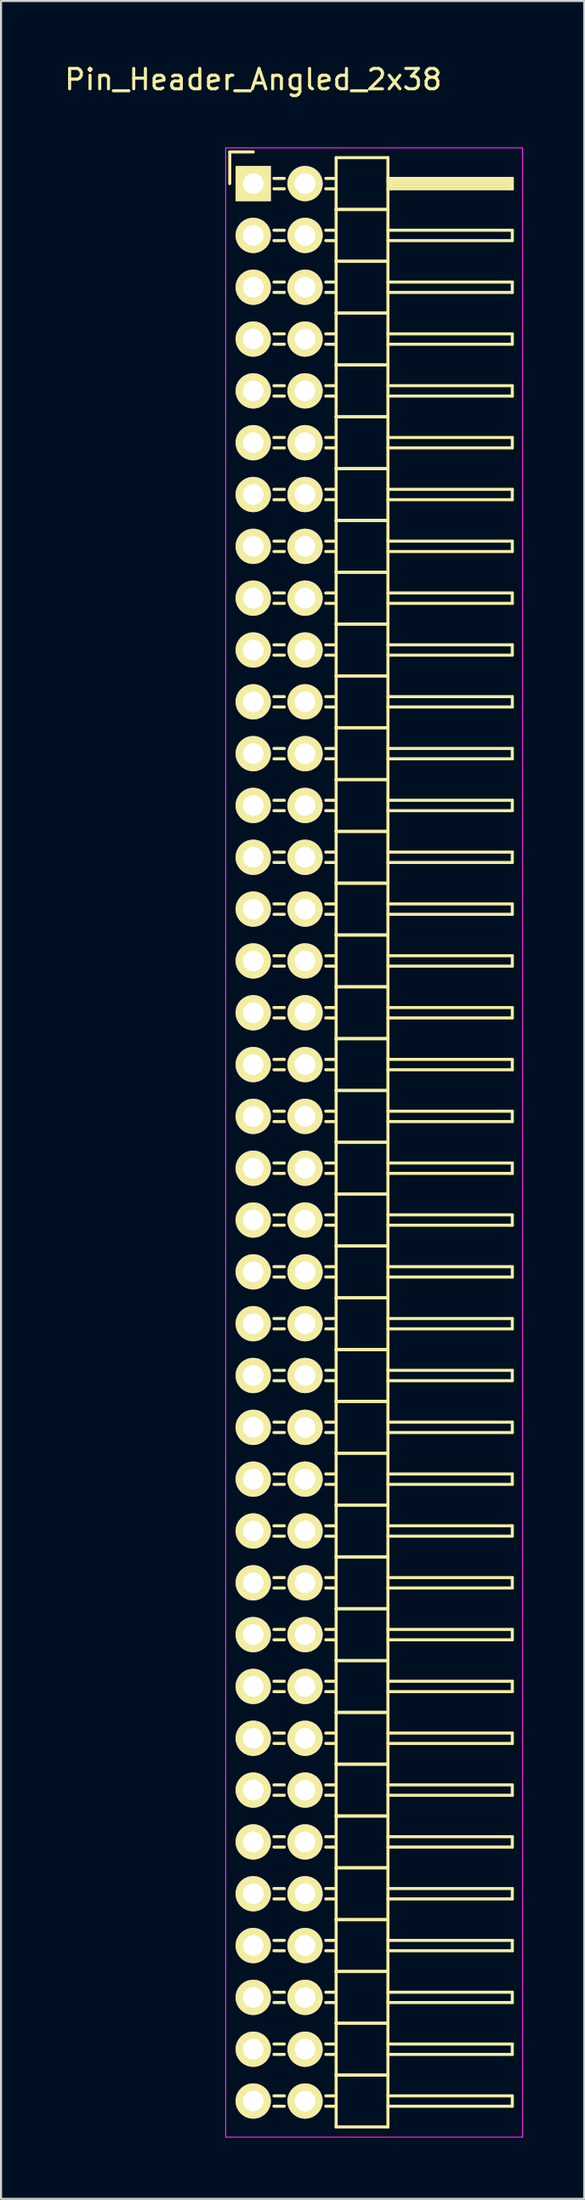
<source format=kicad_pcb>
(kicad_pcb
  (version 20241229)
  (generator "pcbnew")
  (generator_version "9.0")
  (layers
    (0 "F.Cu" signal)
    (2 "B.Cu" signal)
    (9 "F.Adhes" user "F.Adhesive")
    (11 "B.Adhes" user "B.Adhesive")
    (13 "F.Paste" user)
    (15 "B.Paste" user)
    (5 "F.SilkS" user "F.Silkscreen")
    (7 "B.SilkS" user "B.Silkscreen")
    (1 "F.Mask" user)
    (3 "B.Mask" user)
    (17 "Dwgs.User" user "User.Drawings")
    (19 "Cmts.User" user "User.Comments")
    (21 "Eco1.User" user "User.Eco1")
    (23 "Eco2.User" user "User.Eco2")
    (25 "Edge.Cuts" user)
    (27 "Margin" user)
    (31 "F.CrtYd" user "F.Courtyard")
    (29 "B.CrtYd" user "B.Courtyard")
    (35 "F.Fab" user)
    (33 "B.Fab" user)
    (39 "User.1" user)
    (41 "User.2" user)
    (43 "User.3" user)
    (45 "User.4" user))
  (footprint "Pin_Header_Angled_2x38"
    (layer "F.Cu")
    (at 9.363 5.948)
    (property "Reference" "Pin_Header_Angled_2x38" (at 0 -5.1 0) (layer "F.SilkS") (effects (font (size 1 1) (thickness 0.15))))
    (attr through_hole)
    (fp_line (start -1.15 -1.55) (end -1.15 0) (stroke (width 0.15) (type solid)) (layer "F.SilkS"))
    (fp_line (start 0 -1.55) (end -1.15 -1.55) (stroke (width 0.15) (type solid)) (layer "F.SilkS"))
    (fp_line (start 1.524 -0.254) (end 1.016 -0.254) (stroke (width 0.15) (type solid)) (layer "F.SilkS"))
    (fp_line (start 1.524 0.254) (end 1.016 0.254) (stroke (width 0.15) (type solid)) (layer "F.SilkS"))
    (fp_line (start 1.524 2.286) (end 1.016 2.286) (stroke (width 0.15) (type solid)) (layer "F.SilkS"))
    (fp_line (start 1.524 2.794) (end 1.016 2.794) (stroke (width 0.15) (type solid)) (layer "F.SilkS"))
    (fp_line (start 1.524 4.826) (end 1.016 4.826) (stroke (width 0.15) (type solid)) (layer "F.SilkS"))
    (fp_line (start 1.524 5.334) (end 1.016 5.334) (stroke (width 0.15) (type solid)) (layer "F.SilkS"))
    (fp_line (start 1.524 7.366) (end 1.016 7.366) (stroke (width 0.15) (type solid)) (layer "F.SilkS"))
    (fp_line (start 1.524 7.874) (end 1.016 7.874) (stroke (width 0.15) (type solid)) (layer "F.SilkS"))
    (fp_line (start 1.524 9.906) (end 1.016 9.906) (stroke (width 0.15) (type solid)) (layer "F.SilkS"))
    (fp_line (start 1.524 10.414) (end 1.016 10.414) (stroke (width 0.15) (type solid)) (layer "F.SilkS"))
    (fp_line (start 1.524 12.446) (end 1.016 12.446) (stroke (width 0.15) (type solid)) (layer "F.SilkS"))
    (fp_line (start 1.524 12.954) (end 1.016 12.954) (stroke (width 0.15) (type solid)) (layer "F.SilkS"))
    (fp_line (start 1.524 14.986) (end 1.016 14.986) (stroke (width 0.15) (type solid)) (layer "F.SilkS"))
    (fp_line (start 1.524 15.494) (end 1.016 15.494) (stroke (width 0.15) (type solid)) (layer "F.SilkS"))
    (fp_line (start 1.524 17.526) (end 1.016 17.526) (stroke (width 0.15) (type solid)) (layer "F.SilkS"))
    (fp_line (start 1.524 18.034) (end 1.016 18.034) (stroke (width 0.15) (type solid)) (layer "F.SilkS"))
    (fp_line (start 1.524 20.066) (end 1.016 20.066) (stroke (width 0.15) (type solid)) (layer "F.SilkS"))
    (fp_line (start 1.524 20.574) (end 1.016 20.574) (stroke (width 0.15) (type solid)) (layer "F.SilkS"))
    (fp_line (start 1.524 22.606) (end 1.016 22.606) (stroke (width 0.15) (type solid)) (layer "F.SilkS"))
    (fp_line (start 1.524 23.114) (end 1.016 23.114) (stroke (width 0.15) (type solid)) (layer "F.SilkS"))
    (fp_line (start 1.524 25.146) (end 1.016 25.146) (stroke (width 0.15) (type solid)) (layer "F.SilkS"))
    (fp_line (start 1.524 25.654) (end 1.016 25.654) (stroke (width 0.15) (type solid)) (layer "F.SilkS"))
    (fp_line (start 1.524 27.686) (end 1.016 27.686) (stroke (width 0.15) (type solid)) (layer "F.SilkS"))
    (fp_line (start 1.524 28.194) (end 1.016 28.194) (stroke (width 0.15) (type solid)) (layer "F.SilkS"))
    (fp_line (start 1.524 30.226) (end 1.016 30.226) (stroke (width 0.15) (type solid)) (layer "F.SilkS"))
    (fp_line (start 1.524 30.734) (end 1.016 30.734) (stroke (width 0.15) (type solid)) (layer "F.SilkS"))
    (fp_line (start 1.524 32.766) (end 1.016 32.766) (stroke (width 0.15) (type solid)) (layer "F.SilkS"))
    (fp_line (start 1.524 33.274) (end 1.016 33.274) (stroke (width 0.15) (type solid)) (layer "F.SilkS"))
    (fp_line (start 1.524 35.306) (end 1.016 35.306) (stroke (width 0.15) (type solid)) (layer "F.SilkS"))
    (fp_line (start 1.524 35.814) (end 1.016 35.814) (stroke (width 0.15) (type solid)) (layer "F.SilkS"))
    (fp_line (start 1.524 37.846) (end 1.016 37.846) (stroke (width 0.15) (type solid)) (layer "F.SilkS"))
    (fp_line (start 1.524 38.354) (end 1.016 38.354) (stroke (width 0.15) (type solid)) (layer "F.SilkS"))
    (fp_line (start 1.524 40.386) (end 1.016 40.386) (stroke (width 0.15) (type solid)) (layer "F.SilkS"))
    (fp_line (start 1.524 40.894) (end 1.016 40.894) (stroke (width 0.15) (type solid)) (layer "F.SilkS"))
    (fp_line (start 1.524 42.926) (end 1.016 42.926) (stroke (width 0.15) (type solid)) (layer "F.SilkS"))
    (fp_line (start 1.524 43.434) (end 1.016 43.434) (stroke (width 0.15) (type solid)) (layer "F.SilkS"))
    (fp_line (start 1.524 45.466) (end 1.016 45.466) (stroke (width 0.15) (type solid)) (layer "F.SilkS"))
    (fp_line (start 1.524 45.974) (end 1.016 45.974) (stroke (width 0.15) (type solid)) (layer "F.SilkS"))
    (fp_line (start 1.524 48.006) (end 1.016 48.006) (stroke (width 0.15) (type solid)) (layer "F.SilkS"))
    (fp_line (start 1.524 48.514) (end 1.016 48.514) (stroke (width 0.15) (type solid)) (layer "F.SilkS"))
    (fp_line (start 1.524 50.546) (end 1.016 50.546) (stroke (width 0.15) (type solid)) (layer "F.SilkS"))
    (fp_line (start 1.524 51.054) (end 1.016 51.054) (stroke (width 0.15) (type solid)) (layer "F.SilkS"))
    (fp_line (start 1.524 53.086) (end 1.016 53.086) (stroke (width 0.15) (type solid)) (layer "F.SilkS"))
    (fp_line (start 1.524 53.594) (end 1.016 53.594) (stroke (width 0.15) (type solid)) (layer "F.SilkS"))
    (fp_line (start 1.524 55.626) (end 1.016 55.626) (stroke (width 0.15) (type solid)) (layer "F.SilkS"))
    (fp_line (start 1.524 56.134) (end 1.016 56.134) (stroke (width 0.15) (type solid)) (layer "F.SilkS"))
    (fp_line (start 1.524 58.166) (end 1.016 58.166) (stroke (width 0.15) (type solid)) (layer "F.SilkS"))
    (fp_line (start 1.524 58.674) (end 1.016 58.674) (stroke (width 0.15) (type solid)) (layer "F.SilkS"))
    (fp_line (start 1.524 60.706) (end 1.016 60.706) (stroke (width 0.15) (type solid)) (layer "F.SilkS"))
    (fp_line (start 1.524 61.214) (end 1.016 61.214) (stroke (width 0.15) (type solid)) (layer "F.SilkS"))
    (fp_line (start 1.524 63.246) (end 1.016 63.246) (stroke (width 0.15) (type solid)) (layer "F.SilkS"))
    (fp_line (start 1.524 63.754) (end 1.016 63.754) (stroke (width 0.15) (type solid)) (layer "F.SilkS"))
    (fp_line (start 1.524 65.786) (end 1.016 65.786) (stroke (width 0.15) (type solid)) (layer "F.SilkS"))
    (fp_line (start 1.524 66.294) (end 1.016 66.294) (stroke (width 0.15) (type solid)) (layer "F.SilkS"))
    (fp_line (start 1.524 68.326) (end 1.016 68.326) (stroke (width 0.15) (type solid)) (layer "F.SilkS"))
    (fp_line (start 1.524 68.834) (end 1.016 68.834) (stroke (width 0.15) (type solid)) (layer "F.SilkS"))
    (fp_line (start 1.524 70.866) (end 1.016 70.866) (stroke (width 0.15) (type solid)) (layer "F.SilkS"))
    (fp_line (start 1.524 71.374) (end 1.016 71.374) (stroke (width 0.15) (type solid)) (layer "F.SilkS"))
    (fp_line (start 1.524 73.406) (end 1.016 73.406) (stroke (width 0.15) (type solid)) (layer "F.SilkS"))
    (fp_line (start 1.524 73.914) (end 1.016 73.914) (stroke (width 0.15) (type solid)) (layer "F.SilkS"))
    (fp_line (start 1.524 75.946) (end 1.016 75.946) (stroke (width 0.15) (type solid)) (layer "F.SilkS"))
    (fp_line (start 1.524 76.454) (end 1.016 76.454) (stroke (width 0.15) (type solid)) (layer "F.SilkS"))
    (fp_line (start 1.524 78.486) (end 1.016 78.486) (stroke (width 0.15) (type solid)) (layer "F.SilkS"))
    (fp_line (start 1.524 78.994) (end 1.016 78.994) (stroke (width 0.15) (type solid)) (layer "F.SilkS"))
    (fp_line (start 1.524 81.026) (end 1.016 81.026) (stroke (width 0.15) (type solid)) (layer "F.SilkS"))
    (fp_line (start 1.524 81.534) (end 1.016 81.534) (stroke (width 0.15) (type solid)) (layer "F.SilkS"))
    (fp_line (start 1.524 83.566) (end 1.016 83.566) (stroke (width 0.15) (type solid)) (layer "F.SilkS"))
    (fp_line (start 1.524 84.074) (end 1.016 84.074) (stroke (width 0.15) (type solid)) (layer "F.SilkS"))
    (fp_line (start 1.524 86.106) (end 1.016 86.106) (stroke (width 0.15) (type solid)) (layer "F.SilkS"))
    (fp_line (start 1.524 86.614) (end 1.016 86.614) (stroke (width 0.15) (type solid)) (layer "F.SilkS"))
    (fp_line (start 1.524 88.646) (end 1.016 88.646) (stroke (width 0.15) (type solid)) (layer "F.SilkS"))
    (fp_line (start 1.524 89.154) (end 1.016 89.154) (stroke (width 0.15) (type solid)) (layer "F.SilkS"))
    (fp_line (start 1.524 91.186) (end 1.016 91.186) (stroke (width 0.15) (type solid)) (layer "F.SilkS"))
    (fp_line (start 1.524 91.694) (end 1.016 91.694) (stroke (width 0.15) (type solid)) (layer "F.SilkS"))
    (fp_line (start 1.524 93.726) (end 1.016 93.726) (stroke (width 0.15) (type solid)) (layer "F.SilkS"))
    (fp_line (start 1.524 94.234) (end 1.016 94.234) (stroke (width 0.15) (type solid)) (layer "F.SilkS"))
    (fp_line (start 4.064 -1.27) (end 4.064 1.27) (stroke (width 0.15) (type solid)) (layer "F.SilkS"))
    (fp_line (start 4.064 -1.27) (end 6.604 -1.27) (stroke (width 0.15) (type solid)) (layer "F.SilkS"))
    (fp_line (start 4.064 -0.254) (end 3.556 -0.254) (stroke (width 0.15) (type solid)) (layer "F.SilkS"))
    (fp_line (start 4.064 0.254) (end 3.556 0.254) (stroke (width 0.15) (type solid)) (layer "F.SilkS"))
    (fp_line (start 4.064 1.27) (end 4.064 3.81) (stroke (width 0.15) (type solid)) (layer "F.SilkS"))
    (fp_line (start 4.064 1.27) (end 6.604 1.27) (stroke (width 0.15) (type solid)) (layer "F.SilkS"))
    (fp_line (start 4.064 1.27) (end 6.604 1.27) (stroke (width 0.15) (type solid)) (layer "F.SilkS"))
    (fp_line (start 4.064 2.286) (end 3.556 2.286) (stroke (width 0.15) (type solid)) (layer "F.SilkS"))
    (fp_line (start 4.064 2.794) (end 3.556 2.794) (stroke (width 0.15) (type solid)) (layer "F.SilkS"))
    (fp_line (start 4.064 3.81) (end 4.064 6.35) (stroke (width 0.15) (type solid)) (layer "F.SilkS"))
    (fp_line (start 4.064 3.81) (end 6.604 3.81) (stroke (width 0.15) (type solid)) (layer "F.SilkS"))
    (fp_line (start 4.064 3.81) (end 6.604 3.81) (stroke (width 0.15) (type solid)) (layer "F.SilkS"))
    (fp_line (start 4.064 4.826) (end 3.556 4.826) (stroke (width 0.15) (type solid)) (layer "F.SilkS"))
    (fp_line (start 4.064 5.334) (end 3.556 5.334) (stroke (width 0.15) (type solid)) (layer "F.SilkS"))
    (fp_line (start 4.064 6.35) (end 4.064 8.89) (stroke (width 0.15) (type solid)) (layer "F.SilkS"))
    (fp_line (start 4.064 6.35) (end 6.604 6.35) (stroke (width 0.15) (type solid)) (layer "F.SilkS"))
    (fp_line (start 4.064 6.35) (end 6.604 6.35) (stroke (width 0.15) (type solid)) (layer "F.SilkS"))
    (fp_line (start 4.064 7.366) (end 3.556 7.366) (stroke (width 0.15) (type solid)) (layer "F.SilkS"))
    (fp_line (start 4.064 7.874) (end 3.556 7.874) (stroke (width 0.15) (type solid)) (layer "F.SilkS"))
    (fp_line (start 4.064 8.89) (end 4.064 11.43) (stroke (width 0.15) (type solid)) (layer "F.SilkS"))
    (fp_line (start 4.064 8.89) (end 6.604 8.89) (stroke (width 0.15) (type solid)) (layer "F.SilkS"))
    (fp_line (start 4.064 8.89) (end 6.604 8.89) (stroke (width 0.15) (type solid)) (layer "F.SilkS"))
    (fp_line (start 4.064 9.906) (end 3.556 9.906) (stroke (width 0.15) (type solid)) (layer "F.SilkS"))
    (fp_line (start 4.064 10.414) (end 3.556 10.414) (stroke (width 0.15) (type solid)) (layer "F.SilkS"))
    (fp_line (start 4.064 11.43) (end 4.064 13.97) (stroke (width 0.15) (type solid)) (layer "F.SilkS"))
    (fp_line (start 4.064 11.43) (end 6.604 11.43) (stroke (width 0.15) (type solid)) (layer "F.SilkS"))
    (fp_line (start 4.064 11.43) (end 6.604 11.43) (stroke (width 0.15) (type solid)) (layer "F.SilkS"))
    (fp_line (start 4.064 12.446) (end 3.556 12.446) (stroke (width 0.15) (type solid)) (layer "F.SilkS"))
    (fp_line (start 4.064 12.954) (end 3.556 12.954) (stroke (width 0.15) (type solid)) (layer "F.SilkS"))
    (fp_line (start 4.064 13.97) (end 4.064 16.51) (stroke (width 0.15) (type solid)) (layer "F.SilkS"))
    (fp_line (start 4.064 13.97) (end 6.604 13.97) (stroke (width 0.15) (type solid)) (layer "F.SilkS"))
    (fp_line (start 4.064 13.97) (end 6.604 13.97) (stroke (width 0.15) (type solid)) (layer "F.SilkS"))
    (fp_line (start 4.064 14.986) (end 3.556 14.986) (stroke (width 0.15) (type solid)) (layer "F.SilkS"))
    (fp_line (start 4.064 15.494) (end 3.556 15.494) (stroke (width 0.15) (type solid)) (layer "F.SilkS"))
    (fp_line (start 4.064 16.51) (end 4.064 19.05) (stroke (width 0.15) (type solid)) (layer "F.SilkS"))
    (fp_line (start 4.064 16.51) (end 6.604 16.51) (stroke (width 0.15) (type solid)) (layer "F.SilkS"))
    (fp_line (start 4.064 16.51) (end 6.604 16.51) (stroke (width 0.15) (type solid)) (layer "F.SilkS"))
    (fp_line (start 4.064 17.526) (end 3.556 17.526) (stroke (width 0.15) (type solid)) (layer "F.SilkS"))
    (fp_line (start 4.064 18.034) (end 3.556 18.034) (stroke (width 0.15) (type solid)) (layer "F.SilkS"))
    (fp_line (start 4.064 19.05) (end 4.064 21.59) (stroke (width 0.15) (type solid)) (layer "F.SilkS"))
    (fp_line (start 4.064 19.05) (end 6.604 19.05) (stroke (width 0.15) (type solid)) (layer "F.SilkS"))
    (fp_line (start 4.064 19.05) (end 6.604 19.05) (stroke (width 0.15) (type solid)) (layer "F.SilkS"))
    (fp_line (start 4.064 20.066) (end 3.556 20.066) (stroke (width 0.15) (type solid)) (layer "F.SilkS"))
    (fp_line (start 4.064 20.574) (end 3.556 20.574) (stroke (width 0.15) (type solid)) (layer "F.SilkS"))
    (fp_line (start 4.064 21.59) (end 4.064 24.13) (stroke (width 0.15) (type solid)) (layer "F.SilkS"))
    (fp_line (start 4.064 21.59) (end 6.604 21.59) (stroke (width 0.15) (type solid)) (layer "F.SilkS"))
    (fp_line (start 4.064 21.59) (end 6.604 21.59) (stroke (width 0.15) (type solid)) (layer "F.SilkS"))
    (fp_line (start 4.064 22.606) (end 3.556 22.606) (stroke (width 0.15) (type solid)) (layer "F.SilkS"))
    (fp_line (start 4.064 23.114) (end 3.556 23.114) (stroke (width 0.15) (type solid)) (layer "F.SilkS"))
    (fp_line (start 4.064 24.13) (end 4.064 26.67) (stroke (width 0.15) (type solid)) (layer "F.SilkS"))
    (fp_line (start 4.064 24.13) (end 6.604 24.13) (stroke (width 0.15) (type solid)) (layer "F.SilkS"))
    (fp_line (start 4.064 24.13) (end 6.604 24.13) (stroke (width 0.15) (type solid)) (layer "F.SilkS"))
    (fp_line (start 4.064 25.146) (end 3.556 25.146) (stroke (width 0.15) (type solid)) (layer "F.SilkS"))
    (fp_line (start 4.064 25.654) (end 3.556 25.654) (stroke (width 0.15) (type solid)) (layer "F.SilkS"))
    (fp_line (start 4.064 26.67) (end 4.064 29.21) (stroke (width 0.15) (type solid)) (layer "F.SilkS"))
    (fp_line (start 4.064 26.67) (end 6.604 26.67) (stroke (width 0.15) (type solid)) (layer "F.SilkS"))
    (fp_line (start 4.064 26.67) (end 6.604 26.67) (stroke (width 0.15) (type solid)) (layer "F.SilkS"))
    (fp_line (start 4.064 27.686) (end 3.556 27.686) (stroke (width 0.15) (type solid)) (layer "F.SilkS"))
    (fp_line (start 4.064 28.194) (end 3.556 28.194) (stroke (width 0.15) (type solid)) (layer "F.SilkS"))
    (fp_line (start 4.064 29.21) (end 4.064 31.75) (stroke (width 0.15) (type solid)) (layer "F.SilkS"))
    (fp_line (start 4.064 29.21) (end 6.604 29.21) (stroke (width 0.15) (type solid)) (layer "F.SilkS"))
    (fp_line (start 4.064 29.21) (end 6.604 29.21) (stroke (width 0.15) (type solid)) (layer "F.SilkS"))
    (fp_line (start 4.064 30.226) (end 3.556 30.226) (stroke (width 0.15) (type solid)) (layer "F.SilkS"))
    (fp_line (start 4.064 30.734) (end 3.556 30.734) (stroke (width 0.15) (type solid)) (layer "F.SilkS"))
    (fp_line (start 4.064 31.75) (end 4.064 34.29) (stroke (width 0.15) (type solid)) (layer "F.SilkS"))
    (fp_line (start 4.064 31.75) (end 6.604 31.75) (stroke (width 0.15) (type solid)) (layer "F.SilkS"))
    (fp_line (start 4.064 31.75) (end 6.604 31.75) (stroke (width 0.15) (type solid)) (layer "F.SilkS"))
    (fp_line (start 4.064 32.766) (end 3.556 32.766) (stroke (width 0.15) (type solid)) (layer "F.SilkS"))
    (fp_line (start 4.064 33.274) (end 3.556 33.274) (stroke (width 0.15) (type solid)) (layer "F.SilkS"))
    (fp_line (start 4.064 34.29) (end 4.064 36.83) (stroke (width 0.15) (type solid)) (layer "F.SilkS"))
    (fp_line (start 4.064 34.29) (end 6.604 34.29) (stroke (width 0.15) (type solid)) (layer "F.SilkS"))
    (fp_line (start 4.064 34.29) (end 6.604 34.29) (stroke (width 0.15) (type solid)) (layer "F.SilkS"))
    (fp_line (start 4.064 35.306) (end 3.556 35.306) (stroke (width 0.15) (type solid)) (layer "F.SilkS"))
    (fp_line (start 4.064 35.814) (end 3.556 35.814) (stroke (width 0.15) (type solid)) (layer "F.SilkS"))
    (fp_line (start 4.064 36.83) (end 4.064 39.37) (stroke (width 0.15) (type solid)) (layer "F.SilkS"))
    (fp_line (start 4.064 36.83) (end 6.604 36.83) (stroke (width 0.15) (type solid)) (layer "F.SilkS"))
    (fp_line (start 4.064 36.83) (end 6.604 36.83) (stroke (width 0.15) (type solid)) (layer "F.SilkS"))
    (fp_line (start 4.064 37.846) (end 3.556 37.846) (stroke (width 0.15) (type solid)) (layer "F.SilkS"))
    (fp_line (start 4.064 38.354) (end 3.556 38.354) (stroke (width 0.15) (type solid)) (layer "F.SilkS"))
    (fp_line (start 4.064 39.37) (end 4.064 41.91) (stroke (width 0.15) (type solid)) (layer "F.SilkS"))
    (fp_line (start 4.064 39.37) (end 6.604 39.37) (stroke (width 0.15) (type solid)) (layer "F.SilkS"))
    (fp_line (start 4.064 39.37) (end 6.604 39.37) (stroke (width 0.15) (type solid)) (layer "F.SilkS"))
    (fp_line (start 4.064 40.386) (end 3.556 40.386) (stroke (width 0.15) (type solid)) (layer "F.SilkS"))
    (fp_line (start 4.064 40.894) (end 3.556 40.894) (stroke (width 0.15) (type solid)) (layer "F.SilkS"))
    (fp_line (start 4.064 41.91) (end 4.064 44.45) (stroke (width 0.15) (type solid)) (layer "F.SilkS"))
    (fp_line (start 4.064 41.91) (end 6.604 41.91) (stroke (width 0.15) (type solid)) (layer "F.SilkS"))
    (fp_line (start 4.064 41.91) (end 6.604 41.91) (stroke (width 0.15) (type solid)) (layer "F.SilkS"))
    (fp_line (start 4.064 42.926) (end 3.556 42.926) (stroke (width 0.15) (type solid)) (layer "F.SilkS"))
    (fp_line (start 4.064 43.434) (end 3.556 43.434) (stroke (width 0.15) (type solid)) (layer "F.SilkS"))
    (fp_line (start 4.064 44.45) (end 4.064 46.99) (stroke (width 0.15) (type solid)) (layer "F.SilkS"))
    (fp_line (start 4.064 44.45) (end 6.604 44.45) (stroke (width 0.15) (type solid)) (layer "F.SilkS"))
    (fp_line (start 4.064 44.45) (end 6.604 44.45) (stroke (width 0.15) (type solid)) (layer "F.SilkS"))
    (fp_line (start 4.064 45.466) (end 3.556 45.466) (stroke (width 0.15) (type solid)) (layer "F.SilkS"))
    (fp_line (start 4.064 45.974) (end 3.556 45.974) (stroke (width 0.15) (type solid)) (layer "F.SilkS"))
    (fp_line (start 4.064 46.99) (end 4.064 49.53) (stroke (width 0.15) (type solid)) (layer "F.SilkS"))
    (fp_line (start 4.064 46.99) (end 6.604 46.99) (stroke (width 0.15) (type solid)) (layer "F.SilkS"))
    (fp_line (start 4.064 46.99) (end 6.604 46.99) (stroke (width 0.15) (type solid)) (layer "F.SilkS"))
    (fp_line (start 4.064 48.006) (end 3.556 48.006) (stroke (width 0.15) (type solid)) (layer "F.SilkS"))
    (fp_line (start 4.064 48.514) (end 3.556 48.514) (stroke (width 0.15) (type solid)) (layer "F.SilkS"))
    (fp_line (start 4.064 49.53) (end 4.064 52.07) (stroke (width 0.15) (type solid)) (layer "F.SilkS"))
    (fp_line (start 4.064 49.53) (end 6.604 49.53) (stroke (width 0.15) (type solid)) (layer "F.SilkS"))
    (fp_line (start 4.064 49.53) (end 6.604 49.53) (stroke (width 0.15) (type solid)) (layer "F.SilkS"))
    (fp_line (start 4.064 50.546) (end 3.556 50.546) (stroke (width 0.15) (type solid)) (layer "F.SilkS"))
    (fp_line (start 4.064 51.054) (end 3.556 51.054) (stroke (width 0.15) (type solid)) (layer "F.SilkS"))
    (fp_line (start 4.064 52.07) (end 4.064 54.61) (stroke (width 0.15) (type solid)) (layer "F.SilkS"))
    (fp_line (start 4.064 52.07) (end 6.604 52.07) (stroke (width 0.15) (type solid)) (layer "F.SilkS"))
    (fp_line (start 4.064 52.07) (end 6.604 52.07) (stroke (width 0.15) (type solid)) (layer "F.SilkS"))
    (fp_line (start 4.064 53.086) (end 3.556 53.086) (stroke (width 0.15) (type solid)) (layer "F.SilkS"))
    (fp_line (start 4.064 53.594) (end 3.556 53.594) (stroke (width 0.15) (type solid)) (layer "F.SilkS"))
    (fp_line (start 4.064 54.61) (end 4.064 57.15) (stroke (width 0.15) (type solid)) (layer "F.SilkS"))
    (fp_line (start 4.064 54.61) (end 6.604 54.61) (stroke (width 0.15) (type solid)) (layer "F.SilkS"))
    (fp_line (start 4.064 54.61) (end 6.604 54.61) (stroke (width 0.15) (type solid)) (layer "F.SilkS"))
    (fp_line (start 4.064 55.626) (end 3.556 55.626) (stroke (width 0.15) (type solid)) (layer "F.SilkS"))
    (fp_line (start 4.064 56.134) (end 3.556 56.134) (stroke (width 0.15) (type solid)) (layer "F.SilkS"))
    (fp_line (start 4.064 57.15) (end 4.064 59.69) (stroke (width 0.15) (type solid)) (layer "F.SilkS"))
    (fp_line (start 4.064 57.15) (end 6.604 57.15) (stroke (width 0.15) (type solid)) (layer "F.SilkS"))
    (fp_line (start 4.064 57.15) (end 6.604 57.15) (stroke (width 0.15) (type solid)) (layer "F.SilkS"))
    (fp_line (start 4.064 58.166) (end 3.556 58.166) (stroke (width 0.15) (type solid)) (layer "F.SilkS"))
    (fp_line (start 4.064 58.674) (end 3.556 58.674) (stroke (width 0.15) (type solid)) (layer "F.SilkS"))
    (fp_line (start 4.064 59.69) (end 4.064 62.23) (stroke (width 0.15) (type solid)) (layer "F.SilkS"))
    (fp_line (start 4.064 59.69) (end 6.604 59.69) (stroke (width 0.15) (type solid)) (layer "F.SilkS"))
    (fp_line (start 4.064 59.69) (end 6.604 59.69) (stroke (width 0.15) (type solid)) (layer "F.SilkS"))
    (fp_line (start 4.064 60.706) (end 3.556 60.706) (stroke (width 0.15) (type solid)) (layer "F.SilkS"))
    (fp_line (start 4.064 61.214) (end 3.556 61.214) (stroke (width 0.15) (type solid)) (layer "F.SilkS"))
    (fp_line (start 4.064 62.23) (end 4.064 64.77) (stroke (width 0.15) (type solid)) (layer "F.SilkS"))
    (fp_line (start 4.064 62.23) (end 6.604 62.23) (stroke (width 0.15) (type solid)) (layer "F.SilkS"))
    (fp_line (start 4.064 62.23) (end 6.604 62.23) (stroke (width 0.15) (type solid)) (layer "F.SilkS"))
    (fp_line (start 4.064 63.246) (end 3.556 63.246) (stroke (width 0.15) (type solid)) (layer "F.SilkS"))
    (fp_line (start 4.064 63.754) (end 3.556 63.754) (stroke (width 0.15) (type solid)) (layer "F.SilkS"))
    (fp_line (start 4.064 64.77) (end 4.064 67.31) (stroke (width 0.15) (type solid)) (layer "F.SilkS"))
    (fp_line (start 4.064 64.77) (end 6.604 64.77) (stroke (width 0.15) (type solid)) (layer "F.SilkS"))
    (fp_line (start 4.064 64.77) (end 6.604 64.77) (stroke (width 0.15) (type solid)) (layer "F.SilkS"))
    (fp_line (start 4.064 65.786) (end 3.556 65.786) (stroke (width 0.15) (type solid)) (layer "F.SilkS"))
    (fp_line (start 4.064 66.294) (end 3.556 66.294) (stroke (width 0.15) (type solid)) (layer "F.SilkS"))
    (fp_line (start 4.064 67.31) (end 4.064 69.85) (stroke (width 0.15) (type solid)) (layer "F.SilkS"))
    (fp_line (start 4.064 67.31) (end 6.604 67.31) (stroke (width 0.15) (type solid)) (layer "F.SilkS"))
    (fp_line (start 4.064 67.31) (end 6.604 67.31) (stroke (width 0.15) (type solid)) (layer "F.SilkS"))
    (fp_line (start 4.064 68.326) (end 3.556 68.326) (stroke (width 0.15) (type solid)) (layer "F.SilkS"))
    (fp_line (start 4.064 68.834) (end 3.556 68.834) (stroke (width 0.15) (type solid)) (layer "F.SilkS"))
    (fp_line (start 4.064 69.85) (end 4.064 72.39) (stroke (width 0.15) (type solid)) (layer "F.SilkS"))
    (fp_line (start 4.064 69.85) (end 6.604 69.85) (stroke (width 0.15) (type solid)) (layer "F.SilkS"))
    (fp_line (start 4.064 69.85) (end 6.604 69.85) (stroke (width 0.15) (type solid)) (layer "F.SilkS"))
    (fp_line (start 4.064 70.866) (end 3.556 70.866) (stroke (width 0.15) (type solid)) (layer "F.SilkS"))
    (fp_line (start 4.064 71.374) (end 3.556 71.374) (stroke (width 0.15) (type solid)) (layer "F.SilkS"))
    (fp_line (start 4.064 72.39) (end 4.064 74.93) (stroke (width 0.15) (type solid)) (layer "F.SilkS"))
    (fp_line (start 4.064 72.39) (end 6.604 72.39) (stroke (width 0.15) (type solid)) (layer "F.SilkS"))
    (fp_line (start 4.064 72.39) (end 6.604 72.39) (stroke (width 0.15) (type solid)) (layer "F.SilkS"))
    (fp_line (start 4.064 73.406) (end 3.556 73.406) (stroke (width 0.15) (type solid)) (layer "F.SilkS"))
    (fp_line (start 4.064 73.914) (end 3.556 73.914) (stroke (width 0.15) (type solid)) (layer "F.SilkS"))
    (fp_line (start 4.064 74.93) (end 4.064 77.47) (stroke (width 0.15) (type solid)) (layer "F.SilkS"))
    (fp_line (start 4.064 74.93) (end 6.604 74.93) (stroke (width 0.15) (type solid)) (layer "F.SilkS"))
    (fp_line (start 4.064 74.93) (end 6.604 74.93) (stroke (width 0.15) (type solid)) (layer "F.SilkS"))
    (fp_line (start 4.064 75.946) (end 3.556 75.946) (stroke (width 0.15) (type solid)) (layer "F.SilkS"))
    (fp_line (start 4.064 76.454) (end 3.556 76.454) (stroke (width 0.15) (type solid)) (layer "F.SilkS"))
    (fp_line (start 4.064 77.47) (end 4.064 80.01) (stroke (width 0.15) (type solid)) (layer "F.SilkS"))
    (fp_line (start 4.064 77.47) (end 6.604 77.47) (stroke (width 0.15) (type solid)) (layer "F.SilkS"))
    (fp_line (start 4.064 77.47) (end 6.604 77.47) (stroke (width 0.15) (type solid)) (layer "F.SilkS"))
    (fp_line (start 4.064 78.486) (end 3.556 78.486) (stroke (width 0.15) (type solid)) (layer "F.SilkS"))
    (fp_line (start 4.064 78.994) (end 3.556 78.994) (stroke (width 0.15) (type solid)) (layer "F.SilkS"))
    (fp_line (start 4.064 80.01) (end 4.064 82.55) (stroke (width 0.15) (type solid)) (layer "F.SilkS"))
    (fp_line (start 4.064 80.01) (end 6.604 80.01) (stroke (width 0.15) (type solid)) (layer "F.SilkS"))
    (fp_line (start 4.064 80.01) (end 6.604 80.01) (stroke (width 0.15) (type solid)) (layer "F.SilkS"))
    (fp_line (start 4.064 81.026) (end 3.556 81.026) (stroke (width 0.15) (type solid)) (layer "F.SilkS"))
    (fp_line (start 4.064 81.534) (end 3.556 81.534) (stroke (width 0.15) (type solid)) (layer "F.SilkS"))
    (fp_line (start 4.064 82.55) (end 4.064 85.09) (stroke (width 0.15) (type solid)) (layer "F.SilkS"))
    (fp_line (start 4.064 82.55) (end 6.604 82.55) (stroke (width 0.15) (type solid)) (layer "F.SilkS"))
    (fp_line (start 4.064 82.55) (end 6.604 82.55) (stroke (width 0.15) (type solid)) (layer "F.SilkS"))
    (fp_line (start 4.064 83.566) (end 3.556 83.566) (stroke (width 0.15) (type solid)) (layer "F.SilkS"))
    (fp_line (start 4.064 84.074) (end 3.556 84.074) (stroke (width 0.15) (type solid)) (layer "F.SilkS"))
    (fp_line (start 4.064 85.09) (end 4.064 87.63) (stroke (width 0.15) (type solid)) (layer "F.SilkS"))
    (fp_line (start 4.064 85.09) (end 6.604 85.09) (stroke (width 0.15) (type solid)) (layer "F.SilkS"))
    (fp_line (start 4.064 85.09) (end 6.604 85.09) (stroke (width 0.15) (type solid)) (layer "F.SilkS"))
    (fp_line (start 4.064 86.106) (end 3.556 86.106) (stroke (width 0.15) (type solid)) (layer "F.SilkS"))
    (fp_line (start 4.064 86.614) (end 3.556 86.614) (stroke (width 0.15) (type solid)) (layer "F.SilkS"))
    (fp_line (start 4.064 87.63) (end 4.064 90.17) (stroke (width 0.15) (type solid)) (layer "F.SilkS"))
    (fp_line (start 4.064 87.63) (end 6.604 87.63) (stroke (width 0.15) (type solid)) (layer "F.SilkS"))
    (fp_line (start 4.064 87.63) (end 6.604 87.63) (stroke (width 0.15) (type solid)) (layer "F.SilkS"))
    (fp_line (start 4.064 88.646) (end 3.556 88.646) (stroke (width 0.15) (type solid)) (layer "F.SilkS"))
    (fp_line (start 4.064 89.154) (end 3.556 89.154) (stroke (width 0.15) (type solid)) (layer "F.SilkS"))
    (fp_line (start 4.064 90.17) (end 4.064 92.71) (stroke (width 0.15) (type solid)) (layer "F.SilkS"))
    (fp_line (start 4.064 90.17) (end 6.604 90.17) (stroke (width 0.15) (type solid)) (layer "F.SilkS"))
    (fp_line (start 4.064 90.17) (end 6.604 90.17) (stroke (width 0.15) (type solid)) (layer "F.SilkS"))
    (fp_line (start 4.064 91.186) (end 3.556 91.186) (stroke (width 0.15) (type solid)) (layer "F.SilkS"))
    (fp_line (start 4.064 91.694) (end 3.556 91.694) (stroke (width 0.15) (type solid)) (layer "F.SilkS"))
    (fp_line (start 4.064 92.71) (end 4.064 95.25) (stroke (width 0.15) (type solid)) (layer "F.SilkS"))
    (fp_line (start 4.064 92.71) (end 6.604 92.71) (stroke (width 0.15) (type solid)) (layer "F.SilkS"))
    (fp_line (start 4.064 92.71) (end 6.604 92.71) (stroke (width 0.15) (type solid)) (layer "F.SilkS"))
    (fp_line (start 4.064 93.726) (end 3.556 93.726) (stroke (width 0.15) (type solid)) (layer "F.SilkS"))
    (fp_line (start 4.064 94.234) (end 3.556 94.234) (stroke (width 0.15) (type solid)) (layer "F.SilkS"))
    (fp_line (start 4.064 95.25) (end 6.604 95.25) (stroke (width 0.15) (type solid)) (layer "F.SilkS"))
    (fp_line (start 6.604 -0.254) (end 12.7 -0.254) (stroke (width 0.15) (type solid)) (layer "F.SilkS"))
    (fp_line (start 6.604 -0.127) (end 12.573 -0.127) (stroke (width 0.15) (type solid)) (layer "F.SilkS"))
    (fp_line (start 6.604 1.27) (end 6.604 -1.27) (stroke (width 0.15) (type solid)) (layer "F.SilkS"))
    (fp_line (start 6.604 2.286) (end 12.7 2.286) (stroke (width 0.15) (type solid)) (layer "F.SilkS"))
    (fp_line (start 6.604 3.81) (end 6.604 1.27) (stroke (width 0.15) (type solid)) (layer "F.SilkS"))
    (fp_line (start 6.604 4.826) (end 12.7 4.826) (stroke (width 0.15) (type solid)) (layer "F.SilkS"))
    (fp_line (start 6.604 6.35) (end 6.604 3.81) (stroke (width 0.15) (type solid)) (layer "F.SilkS"))
    (fp_line (start 6.604 7.366) (end 12.7 7.366) (stroke (width 0.15) (type solid)) (layer "F.SilkS"))
    (fp_line (start 6.604 8.89) (end 6.604 6.35) (stroke (width 0.15) (type solid)) (layer "F.SilkS"))
    (fp_line (start 6.604 9.906) (end 12.7 9.906) (stroke (width 0.15) (type solid)) (layer "F.SilkS"))
    (fp_line (start 6.604 11.43) (end 6.604 8.89) (stroke (width 0.15) (type solid)) (layer "F.SilkS"))
    (fp_line (start 6.604 12.446) (end 12.7 12.446) (stroke (width 0.15) (type solid)) (layer "F.SilkS"))
    (fp_line (start 6.604 13.97) (end 6.604 11.43) (stroke (width 0.15) (type solid)) (layer "F.SilkS"))
    (fp_line (start 6.604 14.986) (end 12.7 14.986) (stroke (width 0.15) (type solid)) (layer "F.SilkS"))
    (fp_line (start 6.604 16.51) (end 6.604 13.97) (stroke (width 0.15) (type solid)) (layer "F.SilkS"))
    (fp_line (start 6.604 17.526) (end 12.7 17.526) (stroke (width 0.15) (type solid)) (layer "F.SilkS"))
    (fp_line (start 6.604 19.05) (end 6.604 16.51) (stroke (width 0.15) (type solid)) (layer "F.SilkS"))
    (fp_line (start 6.604 20.066) (end 12.7 20.066) (stroke (width 0.15) (type solid)) (layer "F.SilkS"))
    (fp_line (start 6.604 21.59) (end 6.604 19.05) (stroke (width 0.15) (type solid)) (layer "F.SilkS"))
    (fp_line (start 6.604 22.606) (end 12.7 22.606) (stroke (width 0.15) (type solid)) (layer "F.SilkS"))
    (fp_line (start 6.604 24.13) (end 6.604 21.59) (stroke (width 0.15) (type solid)) (layer "F.SilkS"))
    (fp_line (start 6.604 25.146) (end 12.7 25.146) (stroke (width 0.15) (type solid)) (layer "F.SilkS"))
    (fp_line (start 6.604 26.67) (end 6.604 24.13) (stroke (width 0.15) (type solid)) (layer "F.SilkS"))
    (fp_line (start 6.604 27.686) (end 12.7 27.686) (stroke (width 0.15) (type solid)) (layer "F.SilkS"))
    (fp_line (start 6.604 29.21) (end 6.604 26.67) (stroke (width 0.15) (type solid)) (layer "F.SilkS"))
    (fp_line (start 6.604 30.226) (end 12.7 30.226) (stroke (width 0.15) (type solid)) (layer "F.SilkS"))
    (fp_line (start 6.604 31.75) (end 6.604 29.21) (stroke (width 0.15) (type solid)) (layer "F.SilkS"))
    (fp_line (start 6.604 32.766) (end 12.7 32.766) (stroke (width 0.15) (type solid)) (layer "F.SilkS"))
    (fp_line (start 6.604 34.29) (end 6.604 31.75) (stroke (width 0.15) (type solid)) (layer "F.SilkS"))
    (fp_line (start 6.604 35.306) (end 12.7 35.306) (stroke (width 0.15) (type solid)) (layer "F.SilkS"))
    (fp_line (start 6.604 36.83) (end 6.604 34.29) (stroke (width 0.15) (type solid)) (layer "F.SilkS"))
    (fp_line (start 6.604 37.846) (end 12.7 37.846) (stroke (width 0.15) (type solid)) (layer "F.SilkS"))
    (fp_line (start 6.604 39.37) (end 6.604 36.83) (stroke (width 0.15) (type solid)) (layer "F.SilkS"))
    (fp_line (start 6.604 40.386) (end 12.7 40.386) (stroke (width 0.15) (type solid)) (layer "F.SilkS"))
    (fp_line (start 6.604 41.91) (end 6.604 39.37) (stroke (width 0.15) (type solid)) (layer "F.SilkS"))
    (fp_line (start 6.604 42.926) (end 12.7 42.926) (stroke (width 0.15) (type solid)) (layer "F.SilkS"))
    (fp_line (start 6.604 44.45) (end 6.604 41.91) (stroke (width 0.15) (type solid)) (layer "F.SilkS"))
    (fp_line (start 6.604 45.466) (end 12.7 45.466) (stroke (width 0.15) (type solid)) (layer "F.SilkS"))
    (fp_line (start 6.604 46.99) (end 6.604 44.45) (stroke (width 0.15) (type solid)) (layer "F.SilkS"))
    (fp_line (start 6.604 48.006) (end 12.7 48.006) (stroke (width 0.15) (type solid)) (layer "F.SilkS"))
    (fp_line (start 6.604 49.53) (end 6.604 46.99) (stroke (width 0.15) (type solid)) (layer "F.SilkS"))
    (fp_line (start 6.604 50.546) (end 12.7 50.546) (stroke (width 0.15) (type solid)) (layer "F.SilkS"))
    (fp_line (start 6.604 52.07) (end 6.604 49.53) (stroke (width 0.15) (type solid)) (layer "F.SilkS"))
    (fp_line (start 6.604 53.086) (end 12.7 53.086) (stroke (width 0.15) (type solid)) (layer "F.SilkS"))
    (fp_line (start 6.604 54.61) (end 6.604 52.07) (stroke (width 0.15) (type solid)) (layer "F.SilkS"))
    (fp_line (start 6.604 55.626) (end 12.7 55.626) (stroke (width 0.15) (type solid)) (layer "F.SilkS"))
    (fp_line (start 6.604 57.15) (end 6.604 54.61) (stroke (width 0.15) (type solid)) (layer "F.SilkS"))
    (fp_line (start 6.604 58.166) (end 12.7 58.166) (stroke (width 0.15) (type solid)) (layer "F.SilkS"))
    (fp_line (start 6.604 59.69) (end 6.604 57.15) (stroke (width 0.15) (type solid)) (layer "F.SilkS"))
    (fp_line (start 6.604 60.706) (end 12.7 60.706) (stroke (width 0.15) (type solid)) (layer "F.SilkS"))
    (fp_line (start 6.604 62.23) (end 6.604 59.69) (stroke (width 0.15) (type solid)) (layer "F.SilkS"))
    (fp_line (start 6.604 63.246) (end 12.7 63.246) (stroke (width 0.15) (type solid)) (layer "F.SilkS"))
    (fp_line (start 6.604 64.77) (end 6.604 62.23) (stroke (width 0.15) (type solid)) (layer "F.SilkS"))
    (fp_line (start 6.604 65.786) (end 12.7 65.786) (stroke (width 0.15) (type solid)) (layer "F.SilkS"))
    (fp_line (start 6.604 67.31) (end 6.604 64.77) (stroke (width 0.15) (type solid)) (layer "F.SilkS"))
    (fp_line (start 6.604 68.326) (end 12.7 68.326) (stroke (width 0.15) (type solid)) (layer "F.SilkS"))
    (fp_line (start 6.604 69.85) (end 6.604 67.31) (stroke (width 0.15) (type solid)) (layer "F.SilkS"))
    (fp_line (start 6.604 70.866) (end 12.7 70.866) (stroke (width 0.15) (type solid)) (layer "F.SilkS"))
    (fp_line (start 6.604 72.39) (end 6.604 69.85) (stroke (width 0.15) (type solid)) (layer "F.SilkS"))
    (fp_line (start 6.604 73.406) (end 12.7 73.406) (stroke (width 0.15) (type solid)) (layer "F.SilkS"))
    (fp_line (start 6.604 74.93) (end 6.604 72.39) (stroke (width 0.15) (type solid)) (layer "F.SilkS"))
    (fp_line (start 6.604 75.946) (end 12.7 75.946) (stroke (width 0.15) (type solid)) (layer "F.SilkS"))
    (fp_line (start 6.604 77.47) (end 6.604 74.93) (stroke (width 0.15) (type solid)) (layer "F.SilkS"))
    (fp_line (start 6.604 78.486) (end 12.7 78.486) (stroke (width 0.15) (type solid)) (layer "F.SilkS"))
    (fp_line (start 6.604 80.01) (end 6.604 77.47) (stroke (width 0.15) (type solid)) (layer "F.SilkS"))
    (fp_line (start 6.604 81.026) (end 12.7 81.026) (stroke (width 0.15) (type solid)) (layer "F.SilkS"))
    (fp_line (start 6.604 82.55) (end 6.604 80.01) (stroke (width 0.15) (type solid)) (layer "F.SilkS"))
    (fp_line (start 6.604 83.566) (end 12.7 83.566) (stroke (width 0.15) (type solid)) (layer "F.SilkS"))
    (fp_line (start 6.604 85.09) (end 6.604 82.55) (stroke (width 0.15) (type solid)) (layer "F.SilkS"))
    (fp_line (start 6.604 86.106) (end 12.7 86.106) (stroke (width 0.15) (type solid)) (layer "F.SilkS"))
    (fp_line (start 6.604 87.63) (end 6.604 85.09) (stroke (width 0.15) (type solid)) (layer "F.SilkS"))
    (fp_line (start 6.604 88.646) (end 12.7 88.646) (stroke (width 0.15) (type solid)) (layer "F.SilkS"))
    (fp_line (start 6.604 90.17) (end 6.604 87.63) (stroke (width 0.15) (type solid)) (layer "F.SilkS"))
    (fp_line (start 6.604 91.186) (end 12.7 91.186) (stroke (width 0.15) (type solid)) (layer "F.SilkS"))
    (fp_line (start 6.604 92.71) (end 6.604 90.17) (stroke (width 0.15) (type solid)) (layer "F.SilkS"))
    (fp_line (start 6.604 93.726) (end 12.7 93.726) (stroke (width 0.15) (type solid)) (layer "F.SilkS"))
    (fp_line (start 6.604 95.25) (end 6.604 92.71) (stroke (width 0.15) (type solid)) (layer "F.SilkS"))
    (fp_line (start 6.731 0) (end 12.573 0) (stroke (width 0.15) (type solid)) (layer "F.SilkS"))
    (fp_line (start 6.731 0.127) (end 6.731 0) (stroke (width 0.15) (type solid)) (layer "F.SilkS"))
    (fp_line (start 12.573 -0.127) (end 12.573 0.127) (stroke (width 0.15) (type solid)) (layer "F.SilkS"))
    (fp_line (start 12.573 0.127) (end 6.731 0.127) (stroke (width 0.15) (type solid)) (layer "F.SilkS"))
    (fp_line (start 12.7 -0.254) (end 12.7 0.254) (stroke (width 0.15) (type solid)) (layer "F.SilkS"))
    (fp_line (start 12.7 0.254) (end 6.604 0.254) (stroke (width 0.15) (type solid)) (layer "F.SilkS"))
    (fp_line (start 12.7 2.286) (end 12.7 2.794) (stroke (width 0.15) (type solid)) (layer "F.SilkS"))
    (fp_line (start 12.7 2.794) (end 6.604 2.794) (stroke (width 0.15) (type solid)) (layer "F.SilkS"))
    (fp_line (start 12.7 4.826) (end 12.7 5.334) (stroke (width 0.15) (type solid)) (layer "F.SilkS"))
    (fp_line (start 12.7 5.334) (end 6.604 5.334) (stroke (width 0.15) (type solid)) (layer "F.SilkS"))
    (fp_line (start 12.7 7.366) (end 12.7 7.874) (stroke (width 0.15) (type solid)) (layer "F.SilkS"))
    (fp_line (start 12.7 7.874) (end 6.604 7.874) (stroke (width 0.15) (type solid)) (layer "F.SilkS"))
    (fp_line (start 12.7 9.906) (end 12.7 10.414) (stroke (width 0.15) (type solid)) (layer "F.SilkS"))
    (fp_line (start 12.7 10.414) (end 6.604 10.414) (stroke (width 0.15) (type solid)) (layer "F.SilkS"))
    (fp_line (start 12.7 12.446) (end 12.7 12.954) (stroke (width 0.15) (type solid)) (layer "F.SilkS"))
    (fp_line (start 12.7 12.954) (end 6.604 12.954) (stroke (width 0.15) (type solid)) (layer "F.SilkS"))
    (fp_line (start 12.7 14.986) (end 12.7 15.494) (stroke (width 0.15) (type solid)) (layer "F.SilkS"))
    (fp_line (start 12.7 15.494) (end 6.604 15.494) (stroke (width 0.15) (type solid)) (layer "F.SilkS"))
    (fp_line (start 12.7 17.526) (end 12.7 18.034) (stroke (width 0.15) (type solid)) (layer "F.SilkS"))
    (fp_line (start 12.7 18.034) (end 6.604 18.034) (stroke (width 0.15) (type solid)) (layer "F.SilkS"))
    (fp_line (start 12.7 20.066) (end 12.7 20.574) (stroke (width 0.15) (type solid)) (layer "F.SilkS"))
    (fp_line (start 12.7 20.574) (end 6.604 20.574) (stroke (width 0.15) (type solid)) (layer "F.SilkS"))
    (fp_line (start 12.7 22.606) (end 12.7 23.114) (stroke (width 0.15) (type solid)) (layer "F.SilkS"))
    (fp_line (start 12.7 23.114) (end 6.604 23.114) (stroke (width 0.15) (type solid)) (layer "F.SilkS"))
    (fp_line (start 12.7 25.146) (end 12.7 25.654) (stroke (width 0.15) (type solid)) (layer "F.SilkS"))
    (fp_line (start 12.7 25.654) (end 6.604 25.654) (stroke (width 0.15) (type solid)) (layer "F.SilkS"))
    (fp_line (start 12.7 27.686) (end 12.7 28.194) (stroke (width 0.15) (type solid)) (layer "F.SilkS"))
    (fp_line (start 12.7 28.194) (end 6.604 28.194) (stroke (width 0.15) (type solid)) (layer "F.SilkS"))
    (fp_line (start 12.7 30.226) (end 12.7 30.734) (stroke (width 0.15) (type solid)) (layer "F.SilkS"))
    (fp_line (start 12.7 30.734) (end 6.604 30.734) (stroke (width 0.15) (type solid)) (layer "F.SilkS"))
    (fp_line (start 12.7 32.766) (end 12.7 33.274) (stroke (width 0.15) (type solid)) (layer "F.SilkS"))
    (fp_line (start 12.7 33.274) (end 6.604 33.274) (stroke (width 0.15) (type solid)) (layer "F.SilkS"))
    (fp_line (start 12.7 35.306) (end 12.7 35.814) (stroke (width 0.15) (type solid)) (layer "F.SilkS"))
    (fp_line (start 12.7 35.814) (end 6.604 35.814) (stroke (width 0.15) (type solid)) (layer "F.SilkS"))
    (fp_line (start 12.7 37.846) (end 12.7 38.354) (stroke (width 0.15) (type solid)) (layer "F.SilkS"))
    (fp_line (start 12.7 38.354) (end 6.604 38.354) (stroke (width 0.15) (type solid)) (layer "F.SilkS"))
    (fp_line (start 12.7 40.386) (end 12.7 40.894) (stroke (width 0.15) (type solid)) (layer "F.SilkS"))
    (fp_line (start 12.7 40.894) (end 6.604 40.894) (stroke (width 0.15) (type solid)) (layer "F.SilkS"))
    (fp_line (start 12.7 42.926) (end 12.7 43.434) (stroke (width 0.15) (type solid)) (layer "F.SilkS"))
    (fp_line (start 12.7 43.434) (end 6.604 43.434) (stroke (width 0.15) (type solid)) (layer "F.SilkS"))
    (fp_line (start 12.7 45.466) (end 12.7 45.974) (stroke (width 0.15) (type solid)) (layer "F.SilkS"))
    (fp_line (start 12.7 45.974) (end 6.604 45.974) (stroke (width 0.15) (type solid)) (layer "F.SilkS"))
    (fp_line (start 12.7 48.006) (end 12.7 48.514) (stroke (width 0.15) (type solid)) (layer "F.SilkS"))
    (fp_line (start 12.7 48.514) (end 6.604 48.514) (stroke (width 0.15) (type solid)) (layer "F.SilkS"))
    (fp_line (start 12.7 50.546) (end 12.7 51.054) (stroke (width 0.15) (type solid)) (layer "F.SilkS"))
    (fp_line (start 12.7 51.054) (end 6.604 51.054) (stroke (width 0.15) (type solid)) (layer "F.SilkS"))
    (fp_line (start 12.7 53.086) (end 12.7 53.594) (stroke (width 0.15) (type solid)) (layer "F.SilkS"))
    (fp_line (start 12.7 53.594) (end 6.604 53.594) (stroke (width 0.15) (type solid)) (layer "F.SilkS"))
    (fp_line (start 12.7 55.626) (end 12.7 56.134) (stroke (width 0.15) (type solid)) (layer "F.SilkS"))
    (fp_line (start 12.7 56.134) (end 6.604 56.134) (stroke (width 0.15) (type solid)) (layer "F.SilkS"))
    (fp_line (start 12.7 58.166) (end 12.7 58.674) (stroke (width 0.15) (type solid)) (layer "F.SilkS"))
    (fp_line (start 12.7 58.674) (end 6.604 58.674) (stroke (width 0.15) (type solid)) (layer "F.SilkS"))
    (fp_line (start 12.7 60.706) (end 12.7 61.214) (stroke (width 0.15) (type solid)) (layer "F.SilkS"))
    (fp_line (start 12.7 61.214) (end 6.604 61.214) (stroke (width 0.15) (type solid)) (layer "F.SilkS"))
    (fp_line (start 12.7 63.246) (end 12.7 63.754) (stroke (width 0.15) (type solid)) (layer "F.SilkS"))
    (fp_line (start 12.7 63.754) (end 6.604 63.754) (stroke (width 0.15) (type solid)) (layer "F.SilkS"))
    (fp_line (start 12.7 65.786) (end 12.7 66.294) (stroke (width 0.15) (type solid)) (layer "F.SilkS"))
    (fp_line (start 12.7 66.294) (end 6.604 66.294) (stroke (width 0.15) (type solid)) (layer "F.SilkS"))
    (fp_line (start 12.7 68.326) (end 12.7 68.834) (stroke (width 0.15) (type solid)) (layer "F.SilkS"))
    (fp_line (start 12.7 68.834) (end 6.604 68.834) (stroke (width 0.15) (type solid)) (layer "F.SilkS"))
    (fp_line (start 12.7 70.866) (end 12.7 71.374) (stroke (width 0.15) (type solid)) (layer "F.SilkS"))
    (fp_line (start 12.7 71.374) (end 6.604 71.374) (stroke (width 0.15) (type solid)) (layer "F.SilkS"))
    (fp_line (start 12.7 73.406) (end 12.7 73.914) (stroke (width 0.15) (type solid)) (layer "F.SilkS"))
    (fp_line (start 12.7 73.914) (end 6.604 73.914) (stroke (width 0.15) (type solid)) (layer "F.SilkS"))
    (fp_line (start 12.7 75.946) (end 12.7 76.454) (stroke (width 0.15) (type solid)) (layer "F.SilkS"))
    (fp_line (start 12.7 76.454) (end 6.604 76.454) (stroke (width 0.15) (type solid)) (layer "F.SilkS"))
    (fp_line (start 12.7 78.486) (end 12.7 78.994) (stroke (width 0.15) (type solid)) (layer "F.SilkS"))
    (fp_line (start 12.7 78.994) (end 6.604 78.994) (stroke (width 0.15) (type solid)) (layer "F.SilkS"))
    (fp_line (start 12.7 81.026) (end 12.7 81.534) (stroke (width 0.15) (type solid)) (layer "F.SilkS"))
    (fp_line (start 12.7 81.534) (end 6.604 81.534) (stroke (width 0.15) (type solid)) (layer "F.SilkS"))
    (fp_line (start 12.7 83.566) (end 12.7 84.074) (stroke (width 0.15) (type solid)) (layer "F.SilkS"))
    (fp_line (start 12.7 84.074) (end 6.604 84.074) (stroke (width 0.15) (type solid)) (layer "F.SilkS"))
    (fp_line (start 12.7 86.106) (end 12.7 86.614) (stroke (width 0.15) (type solid)) (layer "F.SilkS"))
    (fp_line (start 12.7 86.614) (end 6.604 86.614) (stroke (width 0.15) (type solid)) (layer "F.SilkS"))
    (fp_line (start 12.7 88.646) (end 12.7 89.154) (stroke (width 0.15) (type solid)) (layer "F.SilkS"))
    (fp_line (start 12.7 89.154) (end 6.604 89.154) (stroke (width 0.15) (type solid)) (layer "F.SilkS"))
    (fp_line (start 12.7 91.186) (end 12.7 91.694) (stroke (width 0.15) (type solid)) (layer "F.SilkS"))
    (fp_line (start 12.7 91.694) (end 6.604 91.694) (stroke (width 0.15) (type solid)) (layer "F.SilkS"))
    (fp_line (start 12.7 93.726) (end 12.7 94.234) (stroke (width 0.15) (type solid)) (layer "F.SilkS"))
    (fp_line (start 12.7 94.234) (end 6.604 94.234) (stroke (width 0.15) (type solid)) (layer "F.SilkS"))
    (fp_line (start -1.35 -1.75) (end -1.35 95.75) (stroke (width 0.05) (type solid)) (layer "F.CrtYd"))
    (fp_line (start -1.35 -1.75) (end 13.2 -1.75) (stroke (width 0.05) (type solid)) (layer "F.CrtYd"))
    (fp_line (start -1.35 95.75) (end 13.2 95.75) (stroke (width 0.05) (type solid)) (layer "F.CrtYd"))
    (fp_line (start 13.2 -1.75) (end 13.2 95.75) (stroke (width 0.05) (type solid)) (layer "F.CrtYd"))
    (pad "1" thru_hole rect (at 0 0) (size 1.727 1.727) (drill 1.016) (layers "*.Cu" "*.Mask" "F.SilkS"))
    (pad "2" thru_hole oval (at 2.54 0) (size 1.727 1.727) (drill 1.016) (layers "*.Cu" "*.Mask" "F.SilkS"))
    (pad "3" thru_hole oval (at 0 2.54) (size 1.727 1.727) (drill 1.016) (layers "*.Cu" "*.Mask" "F.SilkS"))
    (pad "4" thru_hole oval (at 2.54 2.54) (size 1.727 1.727) (drill 1.016) (layers "*.Cu" "*.Mask" "F.SilkS"))
    (pad "5" thru_hole oval (at 0 5.08) (size 1.727 1.727) (drill 1.016) (layers "*.Cu" "*.Mask" "F.SilkS"))
    (pad "6" thru_hole oval (at 2.54 5.08) (size 1.727 1.727) (drill 1.016) (layers "*.Cu" "*.Mask" "F.SilkS"))
    (pad "7" thru_hole oval (at 0 7.62) (size 1.727 1.727) (drill 1.016) (layers "*.Cu" "*.Mask" "F.SilkS"))
    (pad "8" thru_hole oval (at 2.54 7.62) (size 1.727 1.727) (drill 1.016) (layers "*.Cu" "*.Mask" "F.SilkS"))
    (pad "9" thru_hole oval (at 0 10.16) (size 1.727 1.727) (drill 1.016) (layers "*.Cu" "*.Mask" "F.SilkS"))
    (pad "10" thru_hole oval (at 2.54 10.16) (size 1.727 1.727) (drill 1.016) (layers "*.Cu" "*.Mask" "F.SilkS"))
    (pad "11" thru_hole oval (at 0 12.7) (size 1.727 1.727) (drill 1.016) (layers "*.Cu" "*.Mask" "F.SilkS"))
    (pad "12" thru_hole oval (at 2.54 12.7) (size 1.727 1.727) (drill 1.016) (layers "*.Cu" "*.Mask" "F.SilkS"))
    (pad "13" thru_hole oval (at 0 15.24) (size 1.727 1.727) (drill 1.016) (layers "*.Cu" "*.Mask" "F.SilkS"))
    (pad "14" thru_hole oval (at 2.54 15.24) (size 1.727 1.727) (drill 1.016) (layers "*.Cu" "*.Mask" "F.SilkS"))
    (pad "15" thru_hole oval (at 0 17.78) (size 1.727 1.727) (drill 1.016) (layers "*.Cu" "*.Mask" "F.SilkS"))
    (pad "16" thru_hole oval (at 2.54 17.78) (size 1.727 1.727) (drill 1.016) (layers "*.Cu" "*.Mask" "F.SilkS"))
    (pad "17" thru_hole oval (at 0 20.32) (size 1.727 1.727) (drill 1.016) (layers "*.Cu" "*.Mask" "F.SilkS"))
    (pad "18" thru_hole oval (at 2.54 20.32) (size 1.727 1.727) (drill 1.016) (layers "*.Cu" "*.Mask" "F.SilkS"))
    (pad "19" thru_hole oval (at 0 22.86) (size 1.727 1.727) (drill 1.016) (layers "*.Cu" "*.Mask" "F.SilkS"))
    (pad "20" thru_hole oval (at 2.54 22.86) (size 1.727 1.727) (drill 1.016) (layers "*.Cu" "*.Mask" "F.SilkS"))
    (pad "21" thru_hole oval (at 0 25.4) (size 1.727 1.727) (drill 1.016) (layers "*.Cu" "*.Mask" "F.SilkS"))
    (pad "22" thru_hole oval (at 2.54 25.4) (size 1.727 1.727) (drill 1.016) (layers "*.Cu" "*.Mask" "F.SilkS"))
    (pad "23" thru_hole oval (at 0 27.94) (size 1.727 1.727) (drill 1.016) (layers "*.Cu" "*.Mask" "F.SilkS"))
    (pad "24" thru_hole oval (at 2.54 27.94) (size 1.727 1.727) (drill 1.016) (layers "*.Cu" "*.Mask" "F.SilkS"))
    (pad "25" thru_hole oval (at 0 30.48) (size 1.727 1.727) (drill 1.016) (layers "*.Cu" "*.Mask" "F.SilkS"))
    (pad "26" thru_hole oval (at 2.54 30.48) (size 1.727 1.727) (drill 1.016) (layers "*.Cu" "*.Mask" "F.SilkS"))
    (pad "27" thru_hole oval (at 0 33.02) (size 1.727 1.727) (drill 1.016) (layers "*.Cu" "*.Mask" "F.SilkS"))
    (pad "28" thru_hole oval (at 2.54 33.02) (size 1.727 1.727) (drill 1.016) (layers "*.Cu" "*.Mask" "F.SilkS"))
    (pad "29" thru_hole oval (at 0 35.56) (size 1.727 1.727) (drill 1.016) (layers "*.Cu" "*.Mask" "F.SilkS"))
    (pad "30" thru_hole oval (at 2.54 35.56) (size 1.727 1.727) (drill 1.016) (layers "*.Cu" "*.Mask" "F.SilkS"))
    (pad "31" thru_hole oval (at 0 38.1) (size 1.727 1.727) (drill 1.016) (layers "*.Cu" "*.Mask" "F.SilkS"))
    (pad "32" thru_hole oval (at 2.54 38.1) (size 1.727 1.727) (drill 1.016) (layers "*.Cu" "*.Mask" "F.SilkS"))
    (pad "33" thru_hole oval (at 0 40.64) (size 1.727 1.727) (drill 1.016) (layers "*.Cu" "*.Mask" "F.SilkS"))
    (pad "34" thru_hole oval (at 2.54 40.64) (size 1.727 1.727) (drill 1.016) (layers "*.Cu" "*.Mask" "F.SilkS"))
    (pad "35" thru_hole oval (at 0 43.18) (size 1.727 1.727) (drill 1.016) (layers "*.Cu" "*.Mask" "F.SilkS"))
    (pad "36" thru_hole oval (at 2.54 43.18) (size 1.727 1.727) (drill 1.016) (layers "*.Cu" "*.Mask" "F.SilkS"))
    (pad "37" thru_hole oval (at 0 45.72) (size 1.727 1.727) (drill 1.016) (layers "*.Cu" "*.Mask" "F.SilkS"))
    (pad "38" thru_hole oval (at 2.54 45.72) (size 1.727 1.727) (drill 1.016) (layers "*.Cu" "*.Mask" "F.SilkS"))
    (pad "39" thru_hole oval (at 0 48.26) (size 1.727 1.727) (drill 1.016) (layers "*.Cu" "*.Mask" "F.SilkS"))
    (pad "40" thru_hole oval (at 2.54 48.26) (size 1.727 1.727) (drill 1.016) (layers "*.Cu" "*.Mask" "F.SilkS"))
    (pad "41" thru_hole oval (at 0 50.8) (size 1.727 1.727) (drill 1.016) (layers "*.Cu" "*.Mask" "F.SilkS"))
    (pad "42" thru_hole oval (at 2.54 50.8) (size 1.727 1.727) (drill 1.016) (layers "*.Cu" "*.Mask" "F.SilkS"))
    (pad "43" thru_hole oval (at 0 53.34) (size 1.727 1.727) (drill 1.016) (layers "*.Cu" "*.Mask" "F.SilkS"))
    (pad "44" thru_hole oval (at 2.54 53.34) (size 1.727 1.727) (drill 1.016) (layers "*.Cu" "*.Mask" "F.SilkS"))
    (pad "45" thru_hole oval (at 0 55.88) (size 1.727 1.727) (drill 1.016) (layers "*.Cu" "*.Mask" "F.SilkS"))
    (pad "46" thru_hole oval (at 2.54 55.88) (size 1.727 1.727) (drill 1.016) (layers "*.Cu" "*.Mask" "F.SilkS"))
    (pad "47" thru_hole oval (at 0 58.42) (size 1.727 1.727) (drill 1.016) (layers "*.Cu" "*.Mask" "F.SilkS"))
    (pad "48" thru_hole oval (at 2.54 58.42) (size 1.727 1.727) (drill 1.016) (layers "*.Cu" "*.Mask" "F.SilkS"))
    (pad "49" thru_hole oval (at 0 60.96) (size 1.727 1.727) (drill 1.016) (layers "*.Cu" "*.Mask" "F.SilkS"))
    (pad "50" thru_hole oval (at 2.54 60.96) (size 1.727 1.727) (drill 1.016) (layers "*.Cu" "*.Mask" "F.SilkS"))
    (pad "51" thru_hole oval (at 0 63.5) (size 1.727 1.727) (drill 1.016) (layers "*.Cu" "*.Mask" "F.SilkS"))
    (pad "52" thru_hole oval (at 2.54 63.5) (size 1.727 1.727) (drill 1.016) (layers "*.Cu" "*.Mask" "F.SilkS"))
    (pad "53" thru_hole oval (at 0 66.04) (size 1.727 1.727) (drill 1.016) (layers "*.Cu" "*.Mask" "F.SilkS"))
    (pad "54" thru_hole oval (at 2.54 66.04) (size 1.727 1.727) (drill 1.016) (layers "*.Cu" "*.Mask" "F.SilkS"))
    (pad "55" thru_hole oval (at 0 68.58) (size 1.727 1.727) (drill 1.016) (layers "*.Cu" "*.Mask" "F.SilkS"))
    (pad "56" thru_hole oval (at 2.54 68.58) (size 1.727 1.727) (drill 1.016) (layers "*.Cu" "*.Mask" "F.SilkS"))
    (pad "57" thru_hole oval (at 0 71.12) (size 1.727 1.727) (drill 1.016) (layers "*.Cu" "*.Mask" "F.SilkS"))
    (pad "58" thru_hole oval (at 2.54 71.12) (size 1.727 1.727) (drill 1.016) (layers "*.Cu" "*.Mask" "F.SilkS"))
    (pad "59" thru_hole oval (at 0 73.66) (size 1.727 1.727) (drill 1.016) (layers "*.Cu" "*.Mask" "F.SilkS"))
    (pad "60" thru_hole oval (at 2.54 73.66) (size 1.727 1.727) (drill 1.016) (layers "*.Cu" "*.Mask" "F.SilkS"))
    (pad "61" thru_hole oval (at 0 76.2) (size 1.727 1.727) (drill 1.016) (layers "*.Cu" "*.Mask" "F.SilkS"))
    (pad "62" thru_hole oval (at 2.54 76.2) (size 1.727 1.727) (drill 1.016) (layers "*.Cu" "*.Mask" "F.SilkS"))
    (pad "63" thru_hole oval (at 0 78.74) (size 1.727 1.727) (drill 1.016) (layers "*.Cu" "*.Mask" "F.SilkS"))
    (pad "64" thru_hole oval (at 2.54 78.74) (size 1.727 1.727) (drill 1.016) (layers "*.Cu" "*.Mask" "F.SilkS"))
    (pad "65" thru_hole oval (at 0 81.28) (size 1.727 1.727) (drill 1.016) (layers "*.Cu" "*.Mask" "F.SilkS"))
    (pad "66" thru_hole oval (at 2.54 81.28) (size 1.727 1.727) (drill 1.016) (layers "*.Cu" "*.Mask" "F.SilkS"))
    (pad "67" thru_hole oval (at 0 83.82) (size 1.727 1.727) (drill 1.016) (layers "*.Cu" "*.Mask" "F.SilkS"))
    (pad "68" thru_hole oval (at 2.54 83.82) (size 1.727 1.727) (drill 1.016) (layers "*.Cu" "*.Mask" "F.SilkS"))
    (pad "69" thru_hole oval (at 0 86.36) (size 1.727 1.727) (drill 1.016) (layers "*.Cu" "*.Mask" "F.SilkS"))
    (pad "70" thru_hole oval (at 2.54 86.36) (size 1.727 1.727) (drill 1.016) (layers "*.Cu" "*.Mask" "F.SilkS"))
    (pad "71" thru_hole oval (at 0 88.9) (size 1.727 1.727) (drill 1.016) (layers "*.Cu" "*.Mask" "F.SilkS"))
    (pad "72" thru_hole oval (at 2.54 88.9) (size 1.727 1.727) (drill 1.016) (layers "*.Cu" "*.Mask" "F.SilkS"))
    (pad "73" thru_hole oval (at 0 91.44) (size 1.727 1.727) (drill 1.016) (layers "*.Cu" "*.Mask" "F.SilkS"))
    (pad "74" thru_hole oval (at 2.54 91.44) (size 1.727 1.727) (drill 1.016) (layers "*.Cu" "*.Mask" "F.SilkS"))
    (pad "75" thru_hole oval (at 0 93.98) (size 1.727 1.727) (drill 1.016) (layers "*.Cu" "*.Mask" "F.SilkS"))
    (pad "76" thru_hole oval (at 2.54 93.98) (size 1.727 1.727) (drill 1.016) (layers "*.Cu" "*.Mask" "F.SilkS")))
  (gr_rect
    (start -3 -3)
    (end 25.588 104.723)
    (stroke (width 0.1) (type default))
    (fill no)
    (layer "Edge.Cuts")))
</source>
